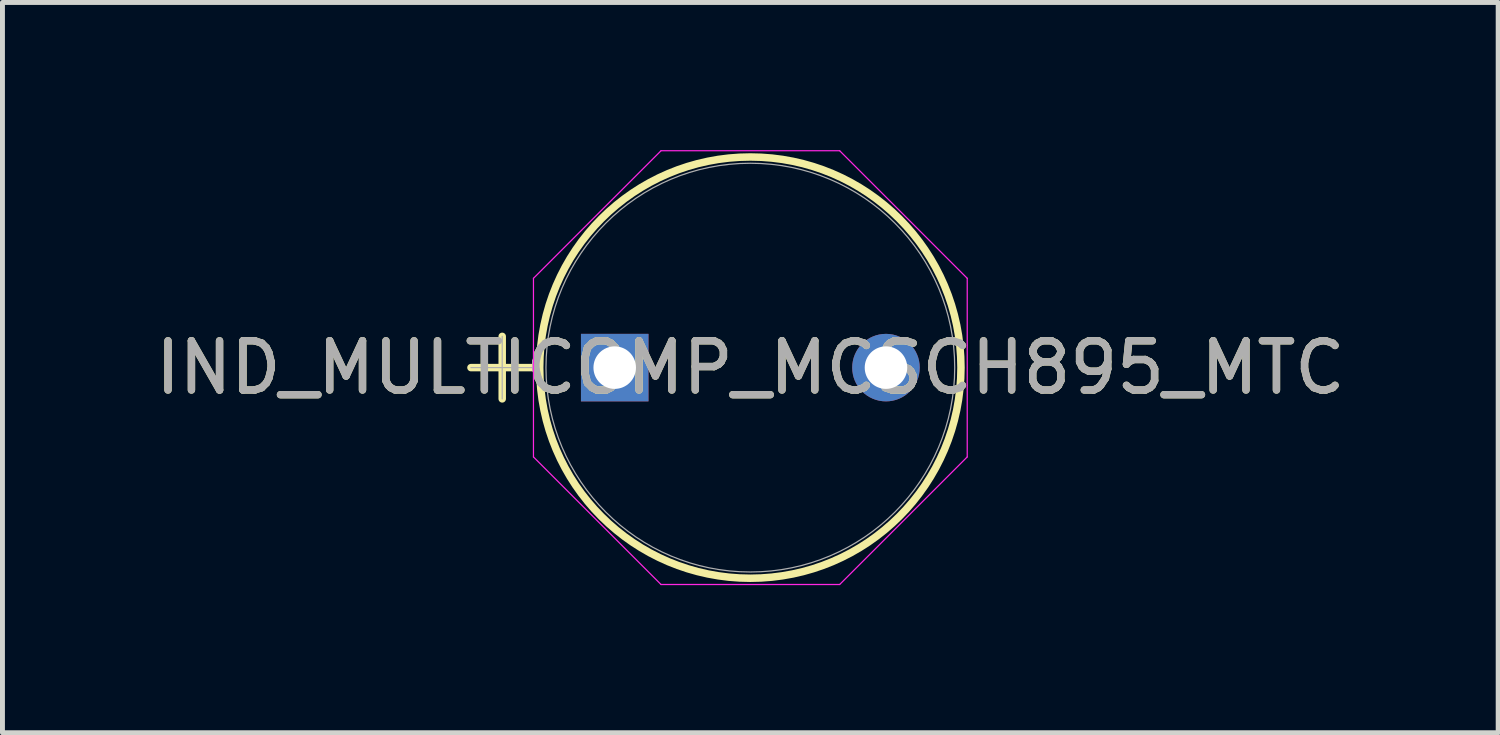
<source format=kicad_pcb>
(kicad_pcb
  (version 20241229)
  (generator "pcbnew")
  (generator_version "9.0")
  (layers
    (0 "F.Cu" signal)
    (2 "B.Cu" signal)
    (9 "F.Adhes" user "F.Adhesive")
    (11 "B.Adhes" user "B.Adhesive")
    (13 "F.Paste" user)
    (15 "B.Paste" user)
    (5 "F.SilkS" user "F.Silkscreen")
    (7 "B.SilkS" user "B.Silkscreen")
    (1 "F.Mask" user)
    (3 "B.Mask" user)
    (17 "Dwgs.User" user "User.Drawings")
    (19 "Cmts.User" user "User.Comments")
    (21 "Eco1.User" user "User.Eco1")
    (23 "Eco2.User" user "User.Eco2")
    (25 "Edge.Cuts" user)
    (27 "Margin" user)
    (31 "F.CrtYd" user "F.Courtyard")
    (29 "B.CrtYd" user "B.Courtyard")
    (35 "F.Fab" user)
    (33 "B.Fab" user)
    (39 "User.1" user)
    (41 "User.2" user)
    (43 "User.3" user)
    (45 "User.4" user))
  (footprint "IND_MULTICOMP_MCSCH895_MTC"
    (layer "F.Cu")
    (at 9.441 4.42)
    (property "Reference" "IND_MULTICOMP_MCSCH895_MTC" (at 2.756 0 0) (unlocked yes) (layer "F.SilkS") (effects (font (size 1 1) (thickness 0.15))))
    (attr through_hole)
    (fp_line (start -2.921 0) (end -1.651 0) (stroke (width 0.152) (type solid)) (layer "F.SilkS"))
    (fp_line (start -2.286 -0.635) (end -2.286 0.635) (stroke (width 0.152) (type solid)) (layer "F.SilkS"))
    (fp_circle (center 2.756 0) (end 7.036 0) (stroke (width 0.152) (type solid)) (fill no) (layer "F.SilkS"))
    (fp_line (start -1.651 -1.815) (end 0.941 -4.407) (stroke (width 0.025) (type solid)) (layer "F.CrtYd"))
    (fp_line (start -1.651 1.815) (end -1.651 -1.815) (stroke (width 0.025) (type solid)) (layer "F.CrtYd"))
    (fp_line (start 0.941 -4.407) (end 4.571 -4.407) (stroke (width 0.025) (type solid)) (layer "F.CrtYd"))
    (fp_line (start 0.941 4.407) (end -1.651 1.815) (stroke (width 0.025) (type solid)) (layer "F.CrtYd"))
    (fp_line (start 4.571 -4.407) (end 7.163 -1.815) (stroke (width 0.025) (type solid)) (layer "F.CrtYd"))
    (fp_line (start 4.571 4.407) (end 0.941 4.407) (stroke (width 0.025) (type solid)) (layer "F.CrtYd"))
    (fp_line (start 7.163 -1.815) (end 7.163 1.815) (stroke (width 0.025) (type solid)) (layer "F.CrtYd"))
    (fp_line (start 7.163 1.815) (end 4.571 4.407) (stroke (width 0.025) (type solid)) (layer "F.CrtYd"))
    (fp_line (start -2.921 0) (end -1.651 0) (stroke (width 0.025) (type solid)) (layer "F.Fab"))
    (fp_line (start -2.286 -0.635) (end -2.286 0.635) (stroke (width 0.025) (type solid)) (layer "F.Fab"))
    (fp_circle (center 2.756 0) (end 6.909 0) (stroke (width 0.025) (type solid)) (fill no) (layer "F.Fab"))
    (fp_text user "${REFERENCE}" (at 2.756 0 0) (unlocked yes) (layer "F.Fab") (effects (font (size 1 1) (thickness 0.15))))
    (pad "1" thru_hole rect (at 0 0) (size 1.372 1.372) (drill 0.864) (layers "*.Cu" "*.Mask"))
    (pad "2" thru_hole circle (at 5.512 0) (size 1.372 1.372) (drill 0.864) (layers "*.Cu" "*.Mask")))
  (gr_rect
    (start -3 -3)
    (end 27.393 11.839)
    (stroke (width 0.1) (type default))
    (fill no)
    (layer "Edge.Cuts")))
</source>
